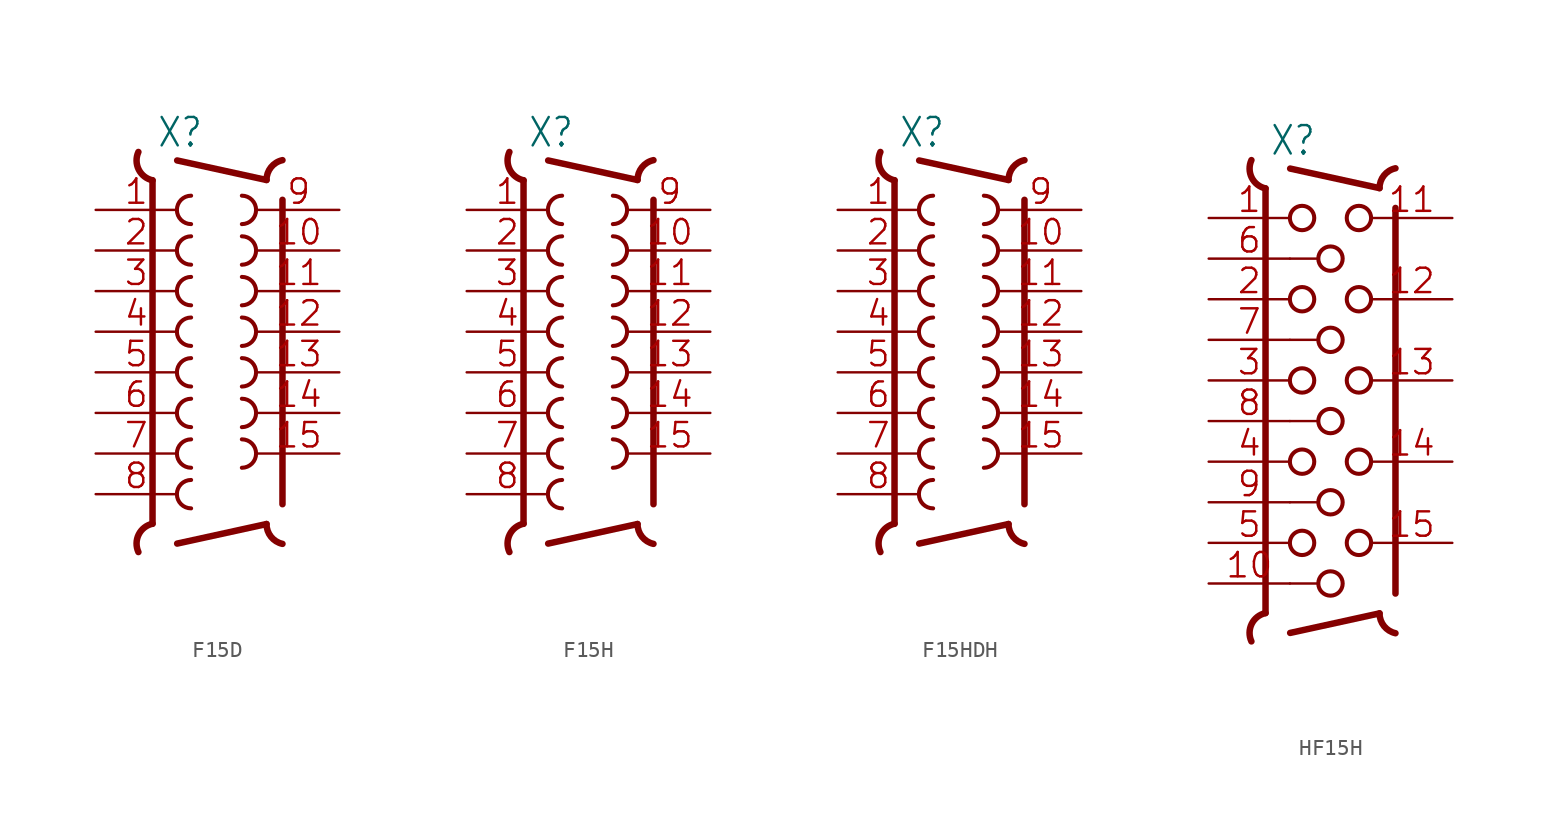
<source format=kicad_sym>
(kicad_symbol_lib
  (version 20241209)
  (generator "kicad_symbol_editor")
  (generator_version "9.0")
  (symbol "F15D"
    (property "Reference" "X"
      (at -3.81 11.43 0)
      (effects (font (size 1.778 1.511)) (justify left bottom)))
    (property "Value" ""
      (at -4.445 -15.875 0)
      (effects (font (size 1.778 1.511)) (justify left bottom)))
    (property "ki_locked" ""
      (at 0 0 0)
      (effects (font (size 1.27 1.27))))
    (symbol "F15D_1_0"
      (polyline (pts (xy -4.064 -12.011) (xy -4.064 9.471)) (stroke (width 0.406) (type solid)) (fill (type none)))
      (arc (start -4.064 9.4712) (mid -4.9294 10.1452) (end -4.9471 11.242) (stroke (width 0.4064) (type solid)) (fill (type none)))
      (arc (start -4.9467 -13.7821) (mid -4.9293 -12.6853) (end -4.064 -12.0112) (stroke (width 0.4064) (type solid)) (fill (type none)))
      (polyline (pts (xy -2.523 10.712) (xy 3.065 9.489)) (stroke (width 0.406) (type solid)) (fill (type none)))
      (polyline (pts (xy -2.523 -13.252) (xy 3.065 -12.029)) (stroke (width 0.406) (type solid)) (fill (type none)))
      (arc (start -1.651 6.731) (mid -2.54 7.62) (end -1.651 8.509) (stroke (width 0.254) (type solid)) (fill (type none)))
      (arc (start -1.651 4.191) (mid -2.54 5.08) (end -1.651 5.969) (stroke (width 0.254) (type solid)) (fill (type none)))
      (arc (start -1.651 1.651) (mid -2.54 2.54) (end -1.651 3.429) (stroke (width 0.254) (type solid)) (fill (type none)))
      (arc (start -1.651 -0.889) (mid -2.54 0) (end -1.651 0.889) (stroke (width 0.254) (type solid)) (fill (type none)))
      (arc (start -1.651 -3.429) (mid -2.54 -2.54) (end -1.651 -1.651) (stroke (width 0.254) (type solid)) (fill (type none)))
      (arc (start -1.651 -5.969) (mid -2.54 -5.08) (end -1.651 -4.191) (stroke (width 0.254) (type solid)) (fill (type none)))
      (arc (start -1.651 -8.509) (mid -2.54 -7.62) (end -1.651 -6.731) (stroke (width 0.254) (type solid)) (fill (type none)))
      (arc (start -1.651 -11.049) (mid -2.54 -10.16) (end -1.651 -9.271) (stroke (width 0.254) (type solid)) (fill (type none)))
      (arc (start 1.524 8.509) (mid 2.413 7.62) (end 1.524 6.731) (stroke (width 0.254) (type solid)) (fill (type none)))
      (arc (start 1.524 5.969) (mid 2.413 5.08) (end 1.524 4.191) (stroke (width 0.254) (type solid)) (fill (type none)))
      (arc (start 1.524 3.429) (mid 2.413 2.54) (end 1.524 1.651) (stroke (width 0.254) (type solid)) (fill (type none)))
      (arc (start 1.524 0.889) (mid 2.413 0) (end 1.524 -0.889) (stroke (width 0.254) (type solid)) (fill (type none)))
      (arc (start 1.524 -1.651) (mid 2.413 -2.54) (end 1.524 -3.429) (stroke (width 0.254) (type solid)) (fill (type none)))
      (arc (start 1.524 -4.191) (mid 2.413 -5.08) (end 1.524 -5.969) (stroke (width 0.254) (type solid)) (fill (type none)))
      (arc (start 1.524 -6.731) (mid 2.413 -7.62) (end 1.524 -8.509) (stroke (width 0.254) (type solid)) (fill (type none)))
      (polyline (pts (xy 4.064 -10.789) (xy 4.064 8.249)) (stroke (width 0.406) (type solid)) (fill (type none)))
      (arc (start 4.0639 -13.27) (mid 3.3461 -12.8256) (end 3.0654 -12.0294) (stroke (width 0.4064) (type solid)) (fill (type none)))
      (arc (start 3.0654 9.4895) (mid 3.3459 10.2859) (end 4.0638 10.7304) (stroke (width 0.4064) (type solid)) (fill (type none)))
      (pin passive line (at -7.62 7.62 0) (length 5.08) (name "1" (effects (font (size 0 0)))) (number "1" (effects (font (size 1.524 1.524)))))
      (pin passive line (at -7.62 5.08 0) (length 5.08) (name "2" (effects (font (size 0 0)))) (number "2" (effects (font (size 1.524 1.524)))))
      (pin passive line (at -7.62 2.54 0) (length 5.08) (name "3" (effects (font (size 0 0)))) (number "3" (effects (font (size 1.524 1.524)))))
      (pin passive line (at -7.62 0 0) (length 5.08) (name "4" (effects (font (size 0 0)))) (number "4" (effects (font (size 1.524 1.524)))))
      (pin passive line (at -7.62 -2.54 0) (length 5.08) (name "5" (effects (font (size 0 0)))) (number "5" (effects (font (size 1.524 1.524)))))
      (pin passive line (at -7.62 -5.08 0) (length 5.08) (name "6" (effects (font (size 0 0)))) (number "6" (effects (font (size 1.524 1.524)))))
      (pin passive line (at -7.62 -7.62 0) (length 5.08) (name "7" (effects (font (size 0 0)))) (number "7" (effects (font (size 1.524 1.524)))))
      (pin passive line (at -7.62 -10.16 0) (length 5.08) (name "8" (effects (font (size 0 0)))) (number "8" (effects (font (size 1.524 1.524)))))
      (pin passive line (at 7.62 7.62 180) (length 5.08) (name "9" (effects (font (size 0 0)))) (number "9" (effects (font (size 1.524 1.524)))))
      (pin passive line (at 7.62 5.08 180) (length 5.08) (name "10" (effects (font (size 0 0)))) (number "10" (effects (font (size 1.524 1.524)))))
      (pin passive line (at 7.62 2.54 180) (length 5.08) (name "11" (effects (font (size 0 0)))) (number "11" (effects (font (size 1.524 1.524)))))
      (pin passive line (at 7.62 0 180) (length 5.08) (name "12" (effects (font (size 0 0)))) (number "12" (effects (font (size 1.524 1.524)))))
      (pin passive line (at 7.62 -2.54 180) (length 5.08) (name "13" (effects (font (size 0 0)))) (number "13" (effects (font (size 1.524 1.524)))))
      (pin passive line (at 7.62 -5.08 180) (length 5.08) (name "14" (effects (font (size 0 0)))) (number "14" (effects (font (size 1.524 1.524)))))
      (pin passive line (at 7.62 -7.62 180) (length 5.08) (name "15" (effects (font (size 0 0)))) (number "15" (effects (font (size 1.524 1.524)))))))
  (symbol "F15H"
    (property "Reference" "X"
      (at -3.81 11.43 0)
      (effects (font (size 1.778 1.511)) (justify left bottom)))
    (property "Value" ""
      (at -4.445 -15.875 0)
      (effects (font (size 1.778 1.511)) (justify left bottom)))
    (property "ki_locked" ""
      (at 0 0 0)
      (effects (font (size 1.27 1.27))))
    (symbol "F15H_1_0"
      (polyline (pts (xy -4.064 -12.011) (xy -4.064 9.471)) (stroke (width 0.406) (type solid)) (fill (type none)))
      (arc (start -4.064 9.4712) (mid -4.9294 10.1452) (end -4.9471 11.242) (stroke (width 0.4064) (type solid)) (fill (type none)))
      (arc (start -4.9467 -13.7821) (mid -4.9293 -12.6853) (end -4.064 -12.0112) (stroke (width 0.4064) (type solid)) (fill (type none)))
      (polyline (pts (xy -2.523 10.712) (xy 3.065 9.489)) (stroke (width 0.406) (type solid)) (fill (type none)))
      (polyline (pts (xy -2.523 -13.252) (xy 3.065 -12.029)) (stroke (width 0.406) (type solid)) (fill (type none)))
      (arc (start -1.651 6.731) (mid -2.54 7.62) (end -1.651 8.509) (stroke (width 0.254) (type solid)) (fill (type none)))
      (arc (start -1.651 4.191) (mid -2.54 5.08) (end -1.651 5.969) (stroke (width 0.254) (type solid)) (fill (type none)))
      (arc (start -1.651 1.651) (mid -2.54 2.54) (end -1.651 3.429) (stroke (width 0.254) (type solid)) (fill (type none)))
      (arc (start -1.651 -0.889) (mid -2.54 0) (end -1.651 0.889) (stroke (width 0.254) (type solid)) (fill (type none)))
      (arc (start -1.651 -3.429) (mid -2.54 -2.54) (end -1.651 -1.651) (stroke (width 0.254) (type solid)) (fill (type none)))
      (arc (start -1.651 -5.969) (mid -2.54 -5.08) (end -1.651 -4.191) (stroke (width 0.254) (type solid)) (fill (type none)))
      (arc (start -1.651 -8.509) (mid -2.54 -7.62) (end -1.651 -6.731) (stroke (width 0.254) (type solid)) (fill (type none)))
      (arc (start -1.651 -11.049) (mid -2.54 -10.16) (end -1.651 -9.271) (stroke (width 0.254) (type solid)) (fill (type none)))
      (arc (start 1.524 8.509) (mid 2.413 7.62) (end 1.524 6.731) (stroke (width 0.254) (type solid)) (fill (type none)))
      (arc (start 1.524 5.969) (mid 2.413 5.08) (end 1.524 4.191) (stroke (width 0.254) (type solid)) (fill (type none)))
      (arc (start 1.524 3.429) (mid 2.413 2.54) (end 1.524 1.651) (stroke (width 0.254) (type solid)) (fill (type none)))
      (arc (start 1.524 0.889) (mid 2.413 0) (end 1.524 -0.889) (stroke (width 0.254) (type solid)) (fill (type none)))
      (arc (start 1.524 -1.651) (mid 2.413 -2.54) (end 1.524 -3.429) (stroke (width 0.254) (type solid)) (fill (type none)))
      (arc (start 1.524 -4.191) (mid 2.413 -5.08) (end 1.524 -5.969) (stroke (width 0.254) (type solid)) (fill (type none)))
      (arc (start 1.524 -6.731) (mid 2.413 -7.62) (end 1.524 -8.509) (stroke (width 0.254) (type solid)) (fill (type none)))
      (polyline (pts (xy 4.064 -10.789) (xy 4.064 8.249)) (stroke (width 0.406) (type solid)) (fill (type none)))
      (arc (start 4.0639 -13.27) (mid 3.3461 -12.8256) (end 3.0654 -12.0294) (stroke (width 0.4064) (type solid)) (fill (type none)))
      (arc (start 3.0654 9.4895) (mid 3.3459 10.2859) (end 4.0638 10.7304) (stroke (width 0.4064) (type solid)) (fill (type none)))
      (pin passive line (at -7.62 7.62 0) (length 5.08) (name "1" (effects (font (size 0 0)))) (number "1" (effects (font (size 1.524 1.524)))))
      (pin passive line (at -7.62 5.08 0) (length 5.08) (name "2" (effects (font (size 0 0)))) (number "2" (effects (font (size 1.524 1.524)))))
      (pin passive line (at -7.62 2.54 0) (length 5.08) (name "3" (effects (font (size 0 0)))) (number "3" (effects (font (size 1.524 1.524)))))
      (pin passive line (at -7.62 0 0) (length 5.08) (name "4" (effects (font (size 0 0)))) (number "4" (effects (font (size 1.524 1.524)))))
      (pin passive line (at -7.62 -2.54 0) (length 5.08) (name "5" (effects (font (size 0 0)))) (number "5" (effects (font (size 1.524 1.524)))))
      (pin passive line (at -7.62 -5.08 0) (length 5.08) (name "6" (effects (font (size 0 0)))) (number "6" (effects (font (size 1.524 1.524)))))
      (pin passive line (at -7.62 -7.62 0) (length 5.08) (name "7" (effects (font (size 0 0)))) (number "7" (effects (font (size 1.524 1.524)))))
      (pin passive line (at -7.62 -10.16 0) (length 5.08) (name "8" (effects (font (size 0 0)))) (number "8" (effects (font (size 1.524 1.524)))))
      (pin passive line (at 7.62 7.62 180) (length 5.08) (name "9" (effects (font (size 0 0)))) (number "9" (effects (font (size 1.524 1.524)))))
      (pin passive line (at 7.62 5.08 180) (length 5.08) (name "10" (effects (font (size 0 0)))) (number "10" (effects (font (size 1.524 1.524)))))
      (pin passive line (at 7.62 2.54 180) (length 5.08) (name "11" (effects (font (size 0 0)))) (number "11" (effects (font (size 1.524 1.524)))))
      (pin passive line (at 7.62 0 180) (length 5.08) (name "12" (effects (font (size 0 0)))) (number "12" (effects (font (size 1.524 1.524)))))
      (pin passive line (at 7.62 -2.54 180) (length 5.08) (name "13" (effects (font (size 0 0)))) (number "13" (effects (font (size 1.524 1.524)))))
      (pin passive line (at 7.62 -5.08 180) (length 5.08) (name "14" (effects (font (size 0 0)))) (number "14" (effects (font (size 1.524 1.524)))))
      (pin passive line (at 7.62 -7.62 180) (length 5.08) (name "15" (effects (font (size 0 0)))) (number "15" (effects (font (size 1.524 1.524)))))))
  (symbol "F15HDH"
    (property "Reference" "X"
      (at -3.81 11.43 0)
      (effects (font (size 1.778 1.511)) (justify left bottom)))
    (property "Value" ""
      (at -4.445 -15.875 0)
      (effects (font (size 1.778 1.511)) (justify left bottom)))
    (property "ki_locked" ""
      (at 0 0 0)
      (effects (font (size 1.27 1.27))))
    (symbol "F15HDH_1_0"
      (polyline (pts (xy -4.064 -12.011) (xy -4.064 9.471)) (stroke (width 0.406) (type solid)) (fill (type none)))
      (arc (start -4.064 9.4712) (mid -4.9294 10.1452) (end -4.9471 11.242) (stroke (width 0.4064) (type solid)) (fill (type none)))
      (arc (start -4.9467 -13.7821) (mid -4.9293 -12.6853) (end -4.064 -12.0112) (stroke (width 0.4064) (type solid)) (fill (type none)))
      (polyline (pts (xy -2.523 10.712) (xy 3.065 9.489)) (stroke (width 0.406) (type solid)) (fill (type none)))
      (polyline (pts (xy -2.523 -13.252) (xy 3.065 -12.029)) (stroke (width 0.406) (type solid)) (fill (type none)))
      (arc (start -1.651 6.731) (mid -2.54 7.62) (end -1.651 8.509) (stroke (width 0.254) (type solid)) (fill (type none)))
      (arc (start -1.651 4.191) (mid -2.54 5.08) (end -1.651 5.969) (stroke (width 0.254) (type solid)) (fill (type none)))
      (arc (start -1.651 1.651) (mid -2.54 2.54) (end -1.651 3.429) (stroke (width 0.254) (type solid)) (fill (type none)))
      (arc (start -1.651 -0.889) (mid -2.54 0) (end -1.651 0.889) (stroke (width 0.254) (type solid)) (fill (type none)))
      (arc (start -1.651 -3.429) (mid -2.54 -2.54) (end -1.651 -1.651) (stroke (width 0.254) (type solid)) (fill (type none)))
      (arc (start -1.651 -5.969) (mid -2.54 -5.08) (end -1.651 -4.191) (stroke (width 0.254) (type solid)) (fill (type none)))
      (arc (start -1.651 -8.509) (mid -2.54 -7.62) (end -1.651 -6.731) (stroke (width 0.254) (type solid)) (fill (type none)))
      (arc (start -1.651 -11.049) (mid -2.54 -10.16) (end -1.651 -9.271) (stroke (width 0.254) (type solid)) (fill (type none)))
      (arc (start 1.524 8.509) (mid 2.413 7.62) (end 1.524 6.731) (stroke (width 0.254) (type solid)) (fill (type none)))
      (arc (start 1.524 5.969) (mid 2.413 5.08) (end 1.524 4.191) (stroke (width 0.254) (type solid)) (fill (type none)))
      (arc (start 1.524 3.429) (mid 2.413 2.54) (end 1.524 1.651) (stroke (width 0.254) (type solid)) (fill (type none)))
      (arc (start 1.524 0.889) (mid 2.413 0) (end 1.524 -0.889) (stroke (width 0.254) (type solid)) (fill (type none)))
      (arc (start 1.524 -1.651) (mid 2.413 -2.54) (end 1.524 -3.429) (stroke (width 0.254) (type solid)) (fill (type none)))
      (arc (start 1.524 -4.191) (mid 2.413 -5.08) (end 1.524 -5.969) (stroke (width 0.254) (type solid)) (fill (type none)))
      (arc (start 1.524 -6.731) (mid 2.413 -7.62) (end 1.524 -8.509) (stroke (width 0.254) (type solid)) (fill (type none)))
      (polyline (pts (xy 4.064 -10.789) (xy 4.064 8.249)) (stroke (width 0.406) (type solid)) (fill (type none)))
      (arc (start 4.0639 -13.27) (mid 3.3461 -12.8256) (end 3.0654 -12.0294) (stroke (width 0.4064) (type solid)) (fill (type none)))
      (arc (start 3.0654 9.4895) (mid 3.3459 10.2859) (end 4.0638 10.7304) (stroke (width 0.4064) (type solid)) (fill (type none)))
      (pin passive line (at -7.62 7.62 0) (length 5.08) (name "1" (effects (font (size 0 0)))) (number "1" (effects (font (size 1.524 1.524)))))
      (pin passive line (at -7.62 5.08 0) (length 5.08) (name "2" (effects (font (size 0 0)))) (number "2" (effects (font (size 1.524 1.524)))))
      (pin passive line (at -7.62 2.54 0) (length 5.08) (name "3" (effects (font (size 0 0)))) (number "3" (effects (font (size 1.524 1.524)))))
      (pin passive line (at -7.62 0 0) (length 5.08) (name "4" (effects (font (size 0 0)))) (number "4" (effects (font (size 1.524 1.524)))))
      (pin passive line (at -7.62 -2.54 0) (length 5.08) (name "5" (effects (font (size 0 0)))) (number "5" (effects (font (size 1.524 1.524)))))
      (pin passive line (at -7.62 -5.08 0) (length 5.08) (name "6" (effects (font (size 0 0)))) (number "6" (effects (font (size 1.524 1.524)))))
      (pin passive line (at -7.62 -7.62 0) (length 5.08) (name "7" (effects (font (size 0 0)))) (number "7" (effects (font (size 1.524 1.524)))))
      (pin passive line (at -7.62 -10.16 0) (length 5.08) (name "8" (effects (font (size 0 0)))) (number "8" (effects (font (size 1.524 1.524)))))
      (pin passive line (at 7.62 7.62 180) (length 5.08) (name "9" (effects (font (size 0 0)))) (number "9" (effects (font (size 1.524 1.524)))))
      (pin passive line (at 7.62 5.08 180) (length 5.08) (name "10" (effects (font (size 0 0)))) (number "10" (effects (font (size 1.524 1.524)))))
      (pin passive line (at 7.62 2.54 180) (length 5.08) (name "11" (effects (font (size 0 0)))) (number "11" (effects (font (size 1.524 1.524)))))
      (pin passive line (at 7.62 0 180) (length 5.08) (name "12" (effects (font (size 0 0)))) (number "12" (effects (font (size 1.524 1.524)))))
      (pin passive line (at 7.62 -2.54 180) (length 5.08) (name "13" (effects (font (size 0 0)))) (number "13" (effects (font (size 1.524 1.524)))))
      (pin passive line (at 7.62 -5.08 180) (length 5.08) (name "14" (effects (font (size 0 0)))) (number "14" (effects (font (size 1.524 1.524)))))
      (pin passive line (at 7.62 -7.62 180) (length 5.08) (name "15" (effects (font (size 0 0)))) (number "15" (effects (font (size 1.524 1.524)))))))
  (symbol "HF15H"
    (property "Reference" "X"
      (at -3.81 13.97 0)
      (effects (font (size 1.778 1.511)) (justify left bottom)))
    (property "Value" ""
      (at -4.445 -18.415 0)
      (effects (font (size 1.778 1.511)) (justify left bottom)))
    (property "ki_locked" ""
      (at 0 0 0)
      (effects (font (size 1.27 1.27))))
    (symbol "HF15H_1_0"
      (polyline (pts (xy -4.064 -14.551) (xy -4.064 12.011)) (stroke (width 0.406) (type solid)) (fill (type none)))
      (arc (start -4.064 12.0112) (mid -4.9294 12.6852) (end -4.9471 13.782) (stroke (width 0.4064) (type solid)) (fill (type none)))
      (arc (start -4.9467 -16.3221) (mid -4.9293 -15.2253) (end -4.064 -14.5512) (stroke (width 0.4064) (type solid)) (fill (type none)))
      (polyline (pts (xy -2.54 7.62) (xy -0.762 7.62)) (stroke (width 0.152) (type solid)) (fill (type none)))
      (polyline (pts (xy -2.54 2.54) (xy -0.762 2.54)) (stroke (width 0.152) (type solid)) (fill (type none)))
      (polyline (pts (xy -2.54 -2.54) (xy -0.762 -2.54)) (stroke (width 0.152) (type solid)) (fill (type none)))
      (polyline (pts (xy -2.54 -7.62) (xy -0.762 -7.62)) (stroke (width 0.152) (type solid)) (fill (type none)))
      (polyline (pts (xy -2.54 -12.7) (xy -0.762 -12.7)) (stroke (width 0.152) (type solid)) (fill (type none)))
      (polyline (pts (xy -2.523 13.252) (xy 3.065 12.029)) (stroke (width 0.406) (type solid)) (fill (type none)))
      (polyline (pts (xy -2.523 -15.792) (xy 3.065 -14.569)) (stroke (width 0.406) (type solid)) (fill (type none)))
      (circle (center -1.778 10.16) (radius 0.762) (stroke (width 0.254) (type solid)) (fill (type none)))
      (circle (center -1.778 5.08) (radius 0.762) (stroke (width 0.254) (type solid)) (fill (type none)))
      (circle (center -1.778 0) (radius 0.762) (stroke (width 0.254) (type solid)) (fill (type none)))
      (circle (center -1.778 -5.08) (radius 0.762) (stroke (width 0.254) (type solid)) (fill (type none)))
      (circle (center -1.778 -10.16) (radius 0.762) (stroke (width 0.254) (type solid)) (fill (type none)))
      (circle (center 0 7.62) (radius 0.762) (stroke (width 0.254) (type solid)) (fill (type none)))
      (circle (center 0 2.54) (radius 0.762) (stroke (width 0.254) (type solid)) (fill (type none)))
      (circle (center 0 -2.54) (radius 0.762) (stroke (width 0.254) (type solid)) (fill (type none)))
      (circle (center 0 -7.62) (radius 0.762) (stroke (width 0.254) (type solid)) (fill (type none)))
      (circle (center 0 -12.7) (radius 0.762) (stroke (width 0.254) (type solid)) (fill (type none)))
      (circle (center 1.778 10.16) (radius 0.762) (stroke (width 0.254) (type solid)) (fill (type none)))
      (circle (center 1.778 5.08) (radius 0.762) (stroke (width 0.254) (type solid)) (fill (type none)))
      (circle (center 1.778 0) (radius 0.762) (stroke (width 0.254) (type solid)) (fill (type none)))
      (circle (center 1.778 -5.08) (radius 0.762) (stroke (width 0.254) (type solid)) (fill (type none)))
      (circle (center 1.778 -10.16) (radius 0.762) (stroke (width 0.254) (type solid)) (fill (type none)))
      (polyline (pts (xy 4.064 -13.329) (xy 4.064 10.789)) (stroke (width 0.406) (type solid)) (fill (type none)))
      (arc (start 4.0639 -15.81) (mid 3.3461 -15.3656) (end 3.0654 -14.5694) (stroke (width 0.4064) (type solid)) (fill (type none)))
      (arc (start 3.0654 12.0295) (mid 3.3459 12.8259) (end 4.0638 13.2704) (stroke (width 0.4064) (type solid)) (fill (type none)))
      (pin passive line (at -7.62 10.16 0) (length 5.08) (name "1" (effects (font (size 0 0)))) (number "1" (effects (font (size 1.524 1.524)))))
      (pin passive line (at -7.62 7.62 0) (length 5.08) (name "6" (effects (font (size 0 0)))) (number "6" (effects (font (size 1.524 1.524)))))
      (pin passive line (at -7.62 5.08 0) (length 5.08) (name "2" (effects (font (size 0 0)))) (number "2" (effects (font (size 1.524 1.524)))))
      (pin passive line (at -7.62 2.54 0) (length 5.08) (name "7" (effects (font (size 0 0)))) (number "7" (effects (font (size 1.524 1.524)))))
      (pin passive line (at -7.62 0 0) (length 5.08) (name "3" (effects (font (size 0 0)))) (number "3" (effects (font (size 1.524 1.524)))))
      (pin passive line (at -7.62 -2.54 0) (length 5.08) (name "8" (effects (font (size 0 0)))) (number "8" (effects (font (size 1.524 1.524)))))
      (pin passive line (at -7.62 -5.08 0) (length 5.08) (name "4" (effects (font (size 0 0)))) (number "4" (effects (font (size 1.524 1.524)))))
      (pin passive line (at -7.62 -7.62 0) (length 5.08) (name "9" (effects (font (size 0 0)))) (number "9" (effects (font (size 1.524 1.524)))))
      (pin passive line (at -7.62 -10.16 0) (length 5.08) (name "5" (effects (font (size 0 0)))) (number "5" (effects (font (size 1.524 1.524)))))
      (pin passive line (at -7.62 -12.7 0) (length 5.08) (name "10" (effects (font (size 0 0)))) (number "10" (effects (font (size 1.524 1.524)))))
      (pin passive line (at 7.62 10.16 180) (length 5.08) (name "11" (effects (font (size 0 0)))) (number "11" (effects (font (size 1.524 1.524)))))
      (pin passive line (at 7.62 5.08 180) (length 5.08) (name "12" (effects (font (size 0 0)))) (number "12" (effects (font (size 1.524 1.524)))))
      (pin passive line (at 7.62 0 180) (length 5.08) (name "13" (effects (font (size 0 0)))) (number "13" (effects (font (size 1.524 1.524)))))
      (pin passive line (at 7.62 -5.08 180) (length 5.08) (name "14" (effects (font (size 0 0)))) (number "14" (effects (font (size 1.524 1.524)))))
      (pin passive line (at 7.62 -10.16 180) (length 5.08) (name "15" (effects (font (size 0 0)))) (number "15" (effects (font (size 1.524 1.524))))))))
</source>
